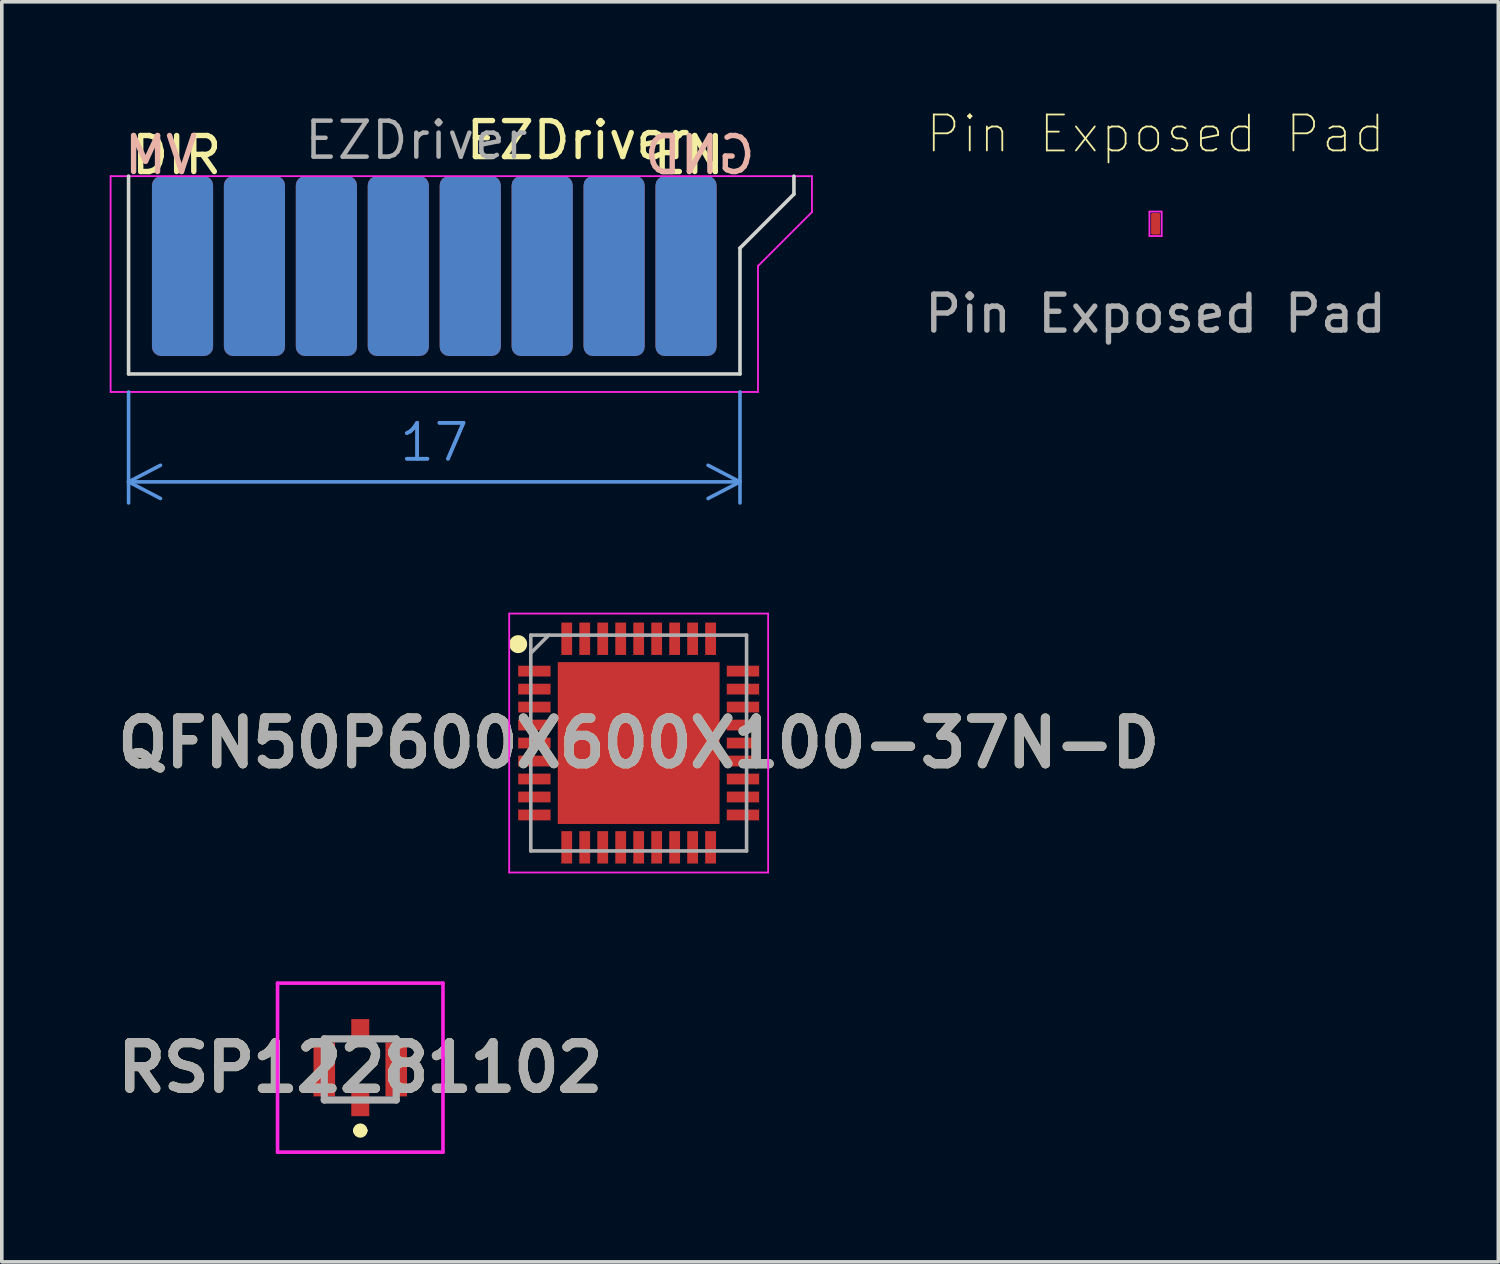
<source format=kicad_pcb>
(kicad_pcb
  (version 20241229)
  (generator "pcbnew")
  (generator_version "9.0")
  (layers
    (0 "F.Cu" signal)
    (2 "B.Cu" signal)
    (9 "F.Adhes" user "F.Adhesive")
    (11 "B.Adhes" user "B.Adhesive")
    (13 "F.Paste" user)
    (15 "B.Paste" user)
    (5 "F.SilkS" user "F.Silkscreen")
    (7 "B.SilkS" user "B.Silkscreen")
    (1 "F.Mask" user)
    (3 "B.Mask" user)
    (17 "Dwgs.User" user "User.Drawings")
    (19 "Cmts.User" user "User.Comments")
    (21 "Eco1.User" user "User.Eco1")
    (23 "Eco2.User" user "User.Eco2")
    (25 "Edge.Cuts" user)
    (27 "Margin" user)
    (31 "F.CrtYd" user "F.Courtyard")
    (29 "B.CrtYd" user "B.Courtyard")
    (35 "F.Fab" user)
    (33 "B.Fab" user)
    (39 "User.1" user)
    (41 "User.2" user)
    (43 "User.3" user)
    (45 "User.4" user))
  (footprint "Pin Exposed Pad"
    (layer "F.Cu")
    (at 29.08 3.173)
    (property "Reference" "Pin Exposed Pad" (at 0 -2.5 0) (unlocked yes) (layer "F.SilkS") (effects (font (size 1 1) (thickness 0.05))))
    (attr smd exclude_from_bom)
    (fp_line (start -0.17 -0.33) (end -0.17 0.34) (stroke (width 0.05) (type solid)) (layer "F.CrtYd"))
    (fp_line (start -0.17 0.34) (end 0.17 0.34) (stroke (width 0.05) (type solid)) (layer "F.CrtYd"))
    (fp_line (start 0.16 -0.34) (end -0.17 -0.34) (stroke (width 0.05) (type solid)) (layer "F.CrtYd"))
    (fp_line (start 0.17 0.34) (end 0.17 -0.34) (stroke (width 0.05) (type solid)) (layer "F.CrtYd"))
    (fp_text user "${REFERENCE}" (at 0 2.5 0) (unlocked yes) (layer "F.Fab") (effects (font (size 1 1) (thickness 0.15))))
    (pad "1" smd roundrect (at 0 0) (size 0.25 0.6) (layers "F.Cu" "F.Mask" "F.Paste") (roundrect_rratio 0.15)))
  (footprint "EZDriver"
    (layer "F.Cu")
    (at 10.525 3.848)
    (property "Reference" "EZDriver" (at 2.5 -3 0) (unlocked yes) (layer "F.SilkS") (effects (font (size 1 1) (thickness 0.15))))
    (attr exclude_from_pos_files exclude_from_bom)
    (fp_line (start -10 3.5) (end -10 -2) (stroke (width 0.1) (type solid)) (layer "Edge.Cuts"))
    (fp_line (start -10 3.5) (end 7 3.5) (stroke (width 0.1) (type solid)) (layer "Edge.Cuts"))
    (fp_line (start 7 0) (end 8.5 -1.5) (stroke (width 0.1) (type solid)) (layer "Edge.Cuts"))
    (fp_line (start 7 3.5) (end 7 0) (stroke (width 0.1) (type solid)) (layer "Edge.Cuts"))
    (fp_line (start 8.5 -1.5) (end 8.5 -2) (stroke (width 0.1) (type solid)) (layer "Edge.Cuts"))
    (fp_line (start -10.5 -2) (end -10.5 4) (stroke (width 0.05) (type solid)) (layer "F.CrtYd"))
    (fp_line (start -10.5 4) (end 7.5 4) (stroke (width 0.05) (type default)) (layer "F.CrtYd"))
    (fp_line (start 7.5 0.5) (end 7.5 4) (stroke (width 0.05) (type default)) (layer "F.CrtYd"))
    (fp_line (start 7.5 0.5) (end 9 -1) (stroke (width 0.05) (type default)) (layer "F.CrtYd"))
    (fp_line (start 9 -2) (end -10.5 -2) (stroke (width 0.05) (type solid)) (layer "F.CrtYd"))
    (fp_line (start 9 -1) (end 9 -2) (stroke (width 0.05) (type solid)) (layer "F.CrtYd"))
    (fp_text user "EN" (at 4.5 -2 0) (unlocked yes) (layer "F.SilkS") (effects (font (size 1 1) (thickness 0.15)) (justify left bottom)))
    (fp_text user "DIR" (at -10 -2 0) (unlocked yes) (layer "F.SilkS") (effects (font (size 1 1) (thickness 0.15)) (justify left bottom)))
    (fp_text user "VM" (at -8 -2 0) (unlocked yes) (layer "B.SilkS") (effects (font (size 1 1) (thickness 0.15)) (justify left bottom mirror)))
    (fp_text user "GND" (at 7.5 -2 0) (unlocked yes) (layer "B.SilkS") (effects (font (size 1 1) (thickness 0.15)) (justify left bottom mirror)))
    (fp_text user "${REFERENCE}" (at -2 -3 0) (unlocked yes) (layer "F.Fab") (effects (font (size 1 1) (thickness 0.125))))
    (dimension (type orthogonal) (layer "Cmts.User") (pts (xy 0.525 7.348) (xy 17.525 7.348)) (height 3) (orientation 0) (format (prefix "") (suffix "") (units 3) (units_format 0) (precision 4) (suppress_zeroes yes)) (style (thickness 0.1) (arrow_length 1) (text_position_mode 0) (arrow_direction outward) (extension_height 0.586) (extension_offset 0.5) (keep_text_aligned yes)) (gr_text "17" (at 9.025 9.248 0) (layer "Cmts.User") (effects (font (size 1 1) (thickness 0.1)))))
    (pad "1" connect roundrect (at 5.5 0.5) (size 1.7 5) (layers "F.Cu" "F.Mask") (roundrect_rratio 0.15))
    (pad "2" connect roundrect (at 3.5 0.5) (size 1.7 5) (layers "F.Cu" "F.Mask") (roundrect_rratio 0.15))
    (pad "3" connect roundrect (at 1.5 0.5) (size 1.7 5) (layers "F.Cu" "F.Mask") (roundrect_rratio 0.15))
    (pad "4" connect roundrect (at -0.5 0.5) (size 1.7 5) (layers "F.Cu" "F.Mask") (roundrect_rratio 0.15))
    (pad "5" connect roundrect (at -2.5 0.5) (size 1.7 5) (layers "F.Cu" "F.Mask") (roundrect_rratio 0.15))
    (pad "6" connect roundrect (at -4.5 0.5) (size 1.7 5) (layers "F.Cu" "F.Mask") (roundrect_rratio 0.15))
    (pad "7" connect roundrect (at -6.5 0.5) (size 1.7 5) (layers "F.Cu" "F.Mask") (roundrect_rratio 0.15))
    (pad "8" connect roundrect (at -8.5 0.5) (size 1.7 5) (layers "F.Cu" "F.Mask") (roundrect_rratio 0.15))
    (pad "9" connect roundrect (at -8.5 0.5) (size 1.7 5) (layers "B.Cu" "B.Mask") (roundrect_rratio 0.15))
    (pad "10" connect roundrect (at -6.5 0.5) (size 1.7 5) (layers "B.Cu" "B.Mask") (roundrect_rratio 0.15))
    (pad "11" connect roundrect (at -4.5 0.5) (size 1.7 5) (layers "B.Cu" "B.Mask") (roundrect_rratio 0.15))
    (pad "12" connect roundrect (at -2.5 0.5) (size 1.7 5) (layers "B.Cu" "B.Mask") (roundrect_rratio 0.15))
    (pad "13" connect roundrect (at -0.5 0.5) (size 1.7 5) (layers "B.Cu" "B.Mask") (roundrect_rratio 0.15))
    (pad "14" connect roundrect (at 1.5 0.5) (size 1.7 5) (layers "B.Cu" "B.Mask") (roundrect_rratio 0.15))
    (pad "15" connect roundrect (at 3.5 0.5) (size 1.7 5) (layers "B.Cu" "B.Mask") (roundrect_rratio 0.15))
    (pad "16" connect roundrect (at 5.5 0.5) (size 1.7 5) (layers "B.Cu" "B.Mask") (roundrect_rratio 0.15)))
  (footprint "QFN50P600X600X100-37N-D"
    (layer "F.Cu")
    (at 14.708 17.61)
    (property "Reference" "QFN50P600X600X100-37N-D" (at 0 0 0) (layer "F.SilkS") (effects (font (size 1.27 1.27) (thickness 0.254))))
    (attr smd)
    (fp_circle (center -3.35 -2.75) (end -3.35 -2.625) (stroke (width 0.25) (type solid)) (fill no) (layer "F.SilkS"))
    (fp_line (start -3.6 -3.6) (end 3.6 -3.6) (stroke (width 0.05) (type solid)) (layer "F.CrtYd"))
    (fp_line (start -3.6 3.6) (end -3.6 -3.6) (stroke (width 0.05) (type solid)) (layer "F.CrtYd"))
    (fp_line (start 3.6 -3.6) (end 3.6 3.6) (stroke (width 0.05) (type solid)) (layer "F.CrtYd"))
    (fp_line (start 3.6 3.6) (end -3.6 3.6) (stroke (width 0.05) (type solid)) (layer "F.CrtYd"))
    (fp_line (start -3 -3) (end 3 -3) (stroke (width 0.1) (type solid)) (layer "F.Fab"))
    (fp_line (start -3 -2.5) (end -2.5 -3) (stroke (width 0.1) (type solid)) (layer "F.Fab"))
    (fp_line (start -3 3) (end -3 -3) (stroke (width 0.1) (type solid)) (layer "F.Fab"))
    (fp_line (start 3 -3) (end 3 3) (stroke (width 0.1) (type solid)) (layer "F.Fab"))
    (fp_line (start 3 3) (end -3 3) (stroke (width 0.1) (type solid)) (layer "F.Fab"))
    (fp_text user "${REFERENCE}" (at 0 0 0) (layer "F.Fab") (effects (font (size 1.27 1.27) (thickness 0.254))))
    (pad "1" smd rect (at -2.9 -2 90) (size 0.3 0.9) (layers "F.Cu" "F.Mask" "F.Paste"))
    (pad "2" smd rect (at -2.9 -1.5 90) (size 0.3 0.9) (layers "F.Cu" "F.Mask" "F.Paste"))
    (pad "3" smd rect (at -2.9 -1 90) (size 0.3 0.9) (layers "F.Cu" "F.Mask" "F.Paste"))
    (pad "4" smd rect (at -2.9 -0.5 90) (size 0.3 0.9) (layers "F.Cu" "F.Mask" "F.Paste"))
    (pad "5" smd rect (at -2.9 0 90) (size 0.3 0.9) (layers "F.Cu" "F.Mask" "F.Paste"))
    (pad "6" smd rect (at -2.9 0.5 90) (size 0.3 0.9) (layers "F.Cu" "F.Mask" "F.Paste"))
    (pad "7" smd rect (at -2.9 1 90) (size 0.3 0.9) (layers "F.Cu" "F.Mask" "F.Paste"))
    (pad "8" smd rect (at -2.9 1.5 90) (size 0.3 0.9) (layers "F.Cu" "F.Mask" "F.Paste"))
    (pad "9" smd rect (at -2.9 2 90) (size 0.3 0.9) (layers "F.Cu" "F.Mask" "F.Paste"))
    (pad "10" smd rect (at -2 2.9) (size 0.3 0.9) (layers "F.Cu" "F.Mask" "F.Paste"))
    (pad "11" smd rect (at -1.5 2.9) (size 0.3 0.9) (layers "F.Cu" "F.Mask" "F.Paste"))
    (pad "12" smd rect (at -1 2.9) (size 0.3 0.9) (layers "F.Cu" "F.Mask" "F.Paste"))
    (pad "13" smd rect (at -0.5 2.9) (size 0.3 0.9) (layers "F.Cu" "F.Mask" "F.Paste"))
    (pad "14" smd rect (at 0 2.9) (size 0.3 0.9) (layers "F.Cu" "F.Mask" "F.Paste"))
    (pad "15" smd rect (at 0.5 2.9) (size 0.3 0.9) (layers "F.Cu" "F.Mask" "F.Paste"))
    (pad "16" smd rect (at 1 2.9) (size 0.3 0.9) (layers "F.Cu" "F.Mask" "F.Paste"))
    (pad "17" smd rect (at 1.5 2.9) (size 0.3 0.9) (layers "F.Cu" "F.Mask" "F.Paste"))
    (pad "18" smd rect (at 2 2.9) (size 0.3 0.9) (layers "F.Cu" "F.Mask" "F.Paste"))
    (pad "19" smd rect (at 2.9 2 90) (size 0.3 0.9) (layers "F.Cu" "F.Mask" "F.Paste"))
    (pad "20" smd rect (at 2.9 1.5 90) (size 0.3 0.9) (layers "F.Cu" "F.Mask" "F.Paste"))
    (pad "21" smd rect (at 2.9 1 90) (size 0.3 0.9) (layers "F.Cu" "F.Mask" "F.Paste"))
    (pad "22" smd rect (at 2.9 0.5 90) (size 0.3 0.9) (layers "F.Cu" "F.Mask" "F.Paste"))
    (pad "23" smd rect (at 2.9 0 90) (size 0.3 0.9) (layers "F.Cu" "F.Mask" "F.Paste"))
    (pad "24" smd rect (at 2.9 -0.5 90) (size 0.3 0.9) (layers "F.Cu" "F.Mask" "F.Paste"))
    (pad "25" smd rect (at 2.9 -1 90) (size 0.3 0.9) (layers "F.Cu" "F.Mask" "F.Paste"))
    (pad "26" smd rect (at 2.9 -1.5 90) (size 0.3 0.9) (layers "F.Cu" "F.Mask" "F.Paste"))
    (pad "27" smd rect (at 2.9 -2 90) (size 0.3 0.9) (layers "F.Cu" "F.Mask" "F.Paste"))
    (pad "28" smd rect (at 2 -2.9) (size 0.3 0.9) (layers "F.Cu" "F.Mask" "F.Paste"))
    (pad "29" smd rect (at 1.5 -2.9) (size 0.3 0.9) (layers "F.Cu" "F.Mask" "F.Paste"))
    (pad "30" smd rect (at 1 -2.9) (size 0.3 0.9) (layers "F.Cu" "F.Mask" "F.Paste"))
    (pad "31" smd rect (at 0.5 -2.9) (size 0.3 0.9) (layers "F.Cu" "F.Mask" "F.Paste"))
    (pad "32" smd rect (at 0 -2.9) (size 0.3 0.9) (layers "F.Cu" "F.Mask" "F.Paste"))
    (pad "33" smd rect (at -0.5 -2.9) (size 0.3 0.9) (layers "F.Cu" "F.Mask" "F.Paste"))
    (pad "34" smd rect (at -1 -2.9) (size 0.3 0.9) (layers "F.Cu" "F.Mask" "F.Paste"))
    (pad "35" smd rect (at -1.5 -2.9) (size 0.3 0.9) (layers "F.Cu" "F.Mask" "F.Paste"))
    (pad "36" smd rect (at -2 -2.9) (size 0.3 0.9) (layers "F.Cu" "F.Mask" "F.Paste"))
    (pad "37" smd rect (at 0 0) (size 4.5 4.5) (layers "F.Cu" "F.Mask" "F.Paste")))
  (footprint "RSP12281102"
    (layer "F.Cu")
    (at 6.967 26.685)
    (property "Reference" "RSP12281102" (at 0 -0.05 0) (layer "F.SilkS") (effects (font (size 1.27 1.27) (thickness 0.254))))
    (attr smd)
    (fp_line (start -0.1 1.7) (end -0.1 1.7) (stroke (width 0.2) (type solid)) (layer "F.SilkS"))
    (fp_line (start 0.1 1.7) (end 0.1 1.7) (stroke (width 0.2) (type solid)) (layer "F.SilkS"))
    (fp_arc (start -0.1 1.7) (mid 0 1.6) (end 0.1 1.7) (stroke (width 0.2) (type solid)) (layer "F.SilkS"))
    (fp_arc (start 0.1 1.7) (mid 0 1.8) (end -0.1 1.7) (stroke (width 0.2) (type solid)) (layer "F.SilkS"))
    (fp_line (start -2.3 -2.4) (end 2.3 -2.4) (stroke (width 0.1) (type solid)) (layer "F.CrtYd"))
    (fp_line (start -2.3 2.3) (end -2.3 -2.4) (stroke (width 0.1) (type solid)) (layer "F.CrtYd"))
    (fp_line (start 2.3 -2.4) (end 2.3 2.3) (stroke (width 0.1) (type solid)) (layer "F.CrtYd"))
    (fp_line (start 2.3 2.3) (end -2.3 2.3) (stroke (width 0.1) (type solid)) (layer "F.CrtYd"))
    (fp_line (start -1 -0.85) (end 1 -0.85) (stroke (width 0.2) (type solid)) (layer "F.Fab"))
    (fp_line (start -1 0.85) (end -1 -0.85) (stroke (width 0.2) (type solid)) (layer "F.Fab"))
    (fp_line (start 1 -0.85) (end 1 0.85) (stroke (width 0.2) (type solid)) (layer "F.Fab"))
    (fp_line (start 1 0.85) (end -1 0.85) (stroke (width 0.2) (type solid)) (layer "F.Fab"))
    (fp_text user "${REFERENCE}" (at 0 -0.05 0) (layer "F.Fab") (effects (font (size 1.27 1.27) (thickness 0.254))))
    (pad "1" smd rect (at 0 0.975) (size 0.5 0.65) (layers "F.Cu" "F.Mask" "F.Paste"))
    (pad "2" smd rect (at 0 -1.075) (size 0.5 0.65) (layers "F.Cu" "F.Mask" "F.Paste"))
    (pad "3" smd rect (at -1 0) (size 0.6 1.5) (layers "F.Cu" "F.Mask" "F.Paste"))
    (pad "4" smd rect (at 1 0) (size 0.6 1.5) (layers "F.Cu" "F.Mask" "F.Paste")))
  (gr_rect
    (start -3 -3)
    (end 38.61 32.035)
    (stroke (width 0.1) (type default))
    (fill no)
    (layer "Edge.Cuts")))
</source>
